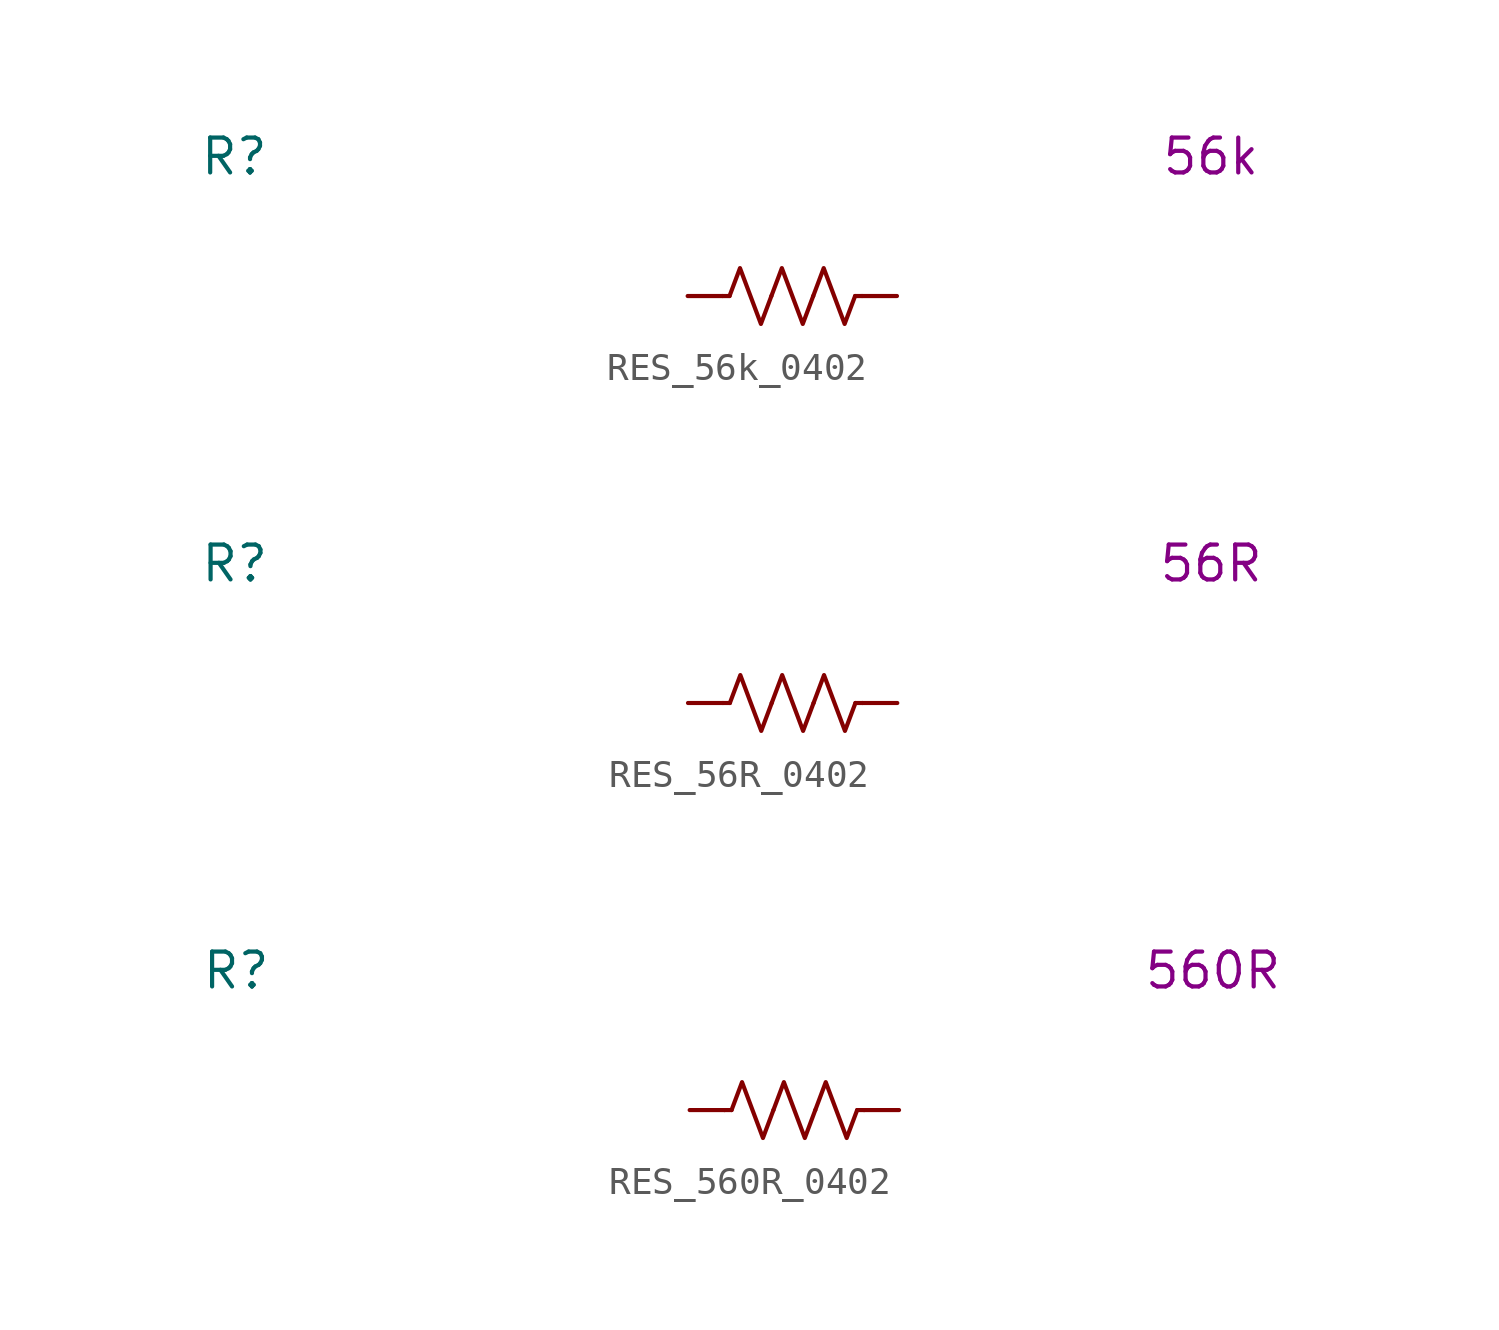
<source format=kicad_sym>
(kicad_symbol_lib
  (version 20231120)
  (generator "kicad_symbol_editor")
  (generator_version "8.0")
  (symbol "RES_56k_0402"
    (pin_numbers hide)
    (property "Reference" "R"
      (at -20.32 5.08 0)
      (effects (font (size 1.27 1.27))))
    (property "Display Value" "56k"
      (at 15.24 5.08 0)
      (effects (font (size 1.27 1.27))))
    (symbol "RES_56k_0402_0_1"
      (polyline (pts (xy -2.286 0) (xy -2.54 0)) (stroke (width 0) (type default)) (fill (type none)))
      (polyline (pts (xy 2.286 0) (xy 2.54 0)) (stroke (width 0) (type default)) (fill (type none)))
      (polyline (pts (xy -2.286 0) (xy -1.905 1.016) (xy -1.524 0) (xy -1.143 -1.016) (xy -0.762 0)) (stroke (width 0) (type default)) (fill (type none)))
      (polyline (pts (xy -0.762 0) (xy -0.381 1.016) (xy 0 0) (xy 0.381 -1.016) (xy 0.762 0)) (stroke (width 0) (type default)) (fill (type none)))
      (polyline (pts (xy 0.762 0) (xy 1.143 1.016) (xy 1.524 0) (xy 1.905 -1.016) (xy 2.286 0)) (stroke (width 0) (type default)) (fill (type none))))
    (symbol "RES_56k_0402_1_1"
      (pin passive line (at -3.81 0 0) (length 1.27) (name "~" (effects (font (size 1.27 1.27)))) (number "1" (effects (font (size 1.27 1.27)))))
      (pin passive line (at 3.81 0 180) (length 1.27) (name "~" (effects (font (size 1.27 1.27)))) (number "2" (effects (font (size 1.27 1.27)))))))
  (symbol "RES_56R_0402"
    (pin_numbers hide)
    (property "Reference" "R"
      (at -20.32 5.08 0)
      (effects (font (size 1.27 1.27))))
    (property "Display Value" "56R"
      (at 15.24 5.08 0)
      (effects (font (size 1.27 1.27))))
    (symbol "RES_56R_0402_0_1"
      (polyline (pts (xy -2.286 0) (xy -2.54 0)) (stroke (width 0) (type default)) (fill (type none)))
      (polyline (pts (xy 2.286 0) (xy 2.54 0)) (stroke (width 0) (type default)) (fill (type none)))
      (polyline (pts (xy -2.286 0) (xy -1.905 1.016) (xy -1.524 0) (xy -1.143 -1.016) (xy -0.762 0)) (stroke (width 0) (type default)) (fill (type none)))
      (polyline (pts (xy -0.762 0) (xy -0.381 1.016) (xy 0 0) (xy 0.381 -1.016) (xy 0.762 0)) (stroke (width 0) (type default)) (fill (type none)))
      (polyline (pts (xy 0.762 0) (xy 1.143 1.016) (xy 1.524 0) (xy 1.905 -1.016) (xy 2.286 0)) (stroke (width 0) (type default)) (fill (type none))))
    (symbol "RES_56R_0402_1_1"
      (pin passive line (at -3.81 0 0) (length 1.27) (name "~" (effects (font (size 1.27 1.27)))) (number "1" (effects (font (size 1.27 1.27)))))
      (pin passive line (at 3.81 0 180) (length 1.27) (name "~" (effects (font (size 1.27 1.27)))) (number "2" (effects (font (size 1.27 1.27)))))))
  (symbol "RES_560R_0402"
    (pin_numbers hide)
    (property "Reference" "R"
      (at -20.32 5.08 0)
      (effects (font (size 1.27 1.27))))
    (property "Display Value" "560R"
      (at 15.24 5.08 0)
      (effects (font (size 1.27 1.27))))
    (symbol "RES_560R_0402_0_1"
      (polyline (pts (xy -2.286 0) (xy -2.54 0)) (stroke (width 0) (type default)) (fill (type none)))
      (polyline (pts (xy 2.286 0) (xy 2.54 0)) (stroke (width 0) (type default)) (fill (type none)))
      (polyline (pts (xy -2.286 0) (xy -1.905 1.016) (xy -1.524 0) (xy -1.143 -1.016) (xy -0.762 0)) (stroke (width 0) (type default)) (fill (type none)))
      (polyline (pts (xy -0.762 0) (xy -0.381 1.016) (xy 0 0) (xy 0.381 -1.016) (xy 0.762 0)) (stroke (width 0) (type default)) (fill (type none)))
      (polyline (pts (xy 0.762 0) (xy 1.143 1.016) (xy 1.524 0) (xy 1.905 -1.016) (xy 2.286 0)) (stroke (width 0) (type default)) (fill (type none))))
    (symbol "RES_560R_0402_1_1"
      (pin passive line (at -3.81 0 0) (length 1.27) (name "~" (effects (font (size 1.27 1.27)))) (number "1" (effects (font (size 1.27 1.27)))))
      (pin passive line (at 3.81 0 180) (length 1.27) (name "~" (effects (font (size 1.27 1.27)))) (number "2" (effects (font (size 1.27 1.27))))))))
</source>
